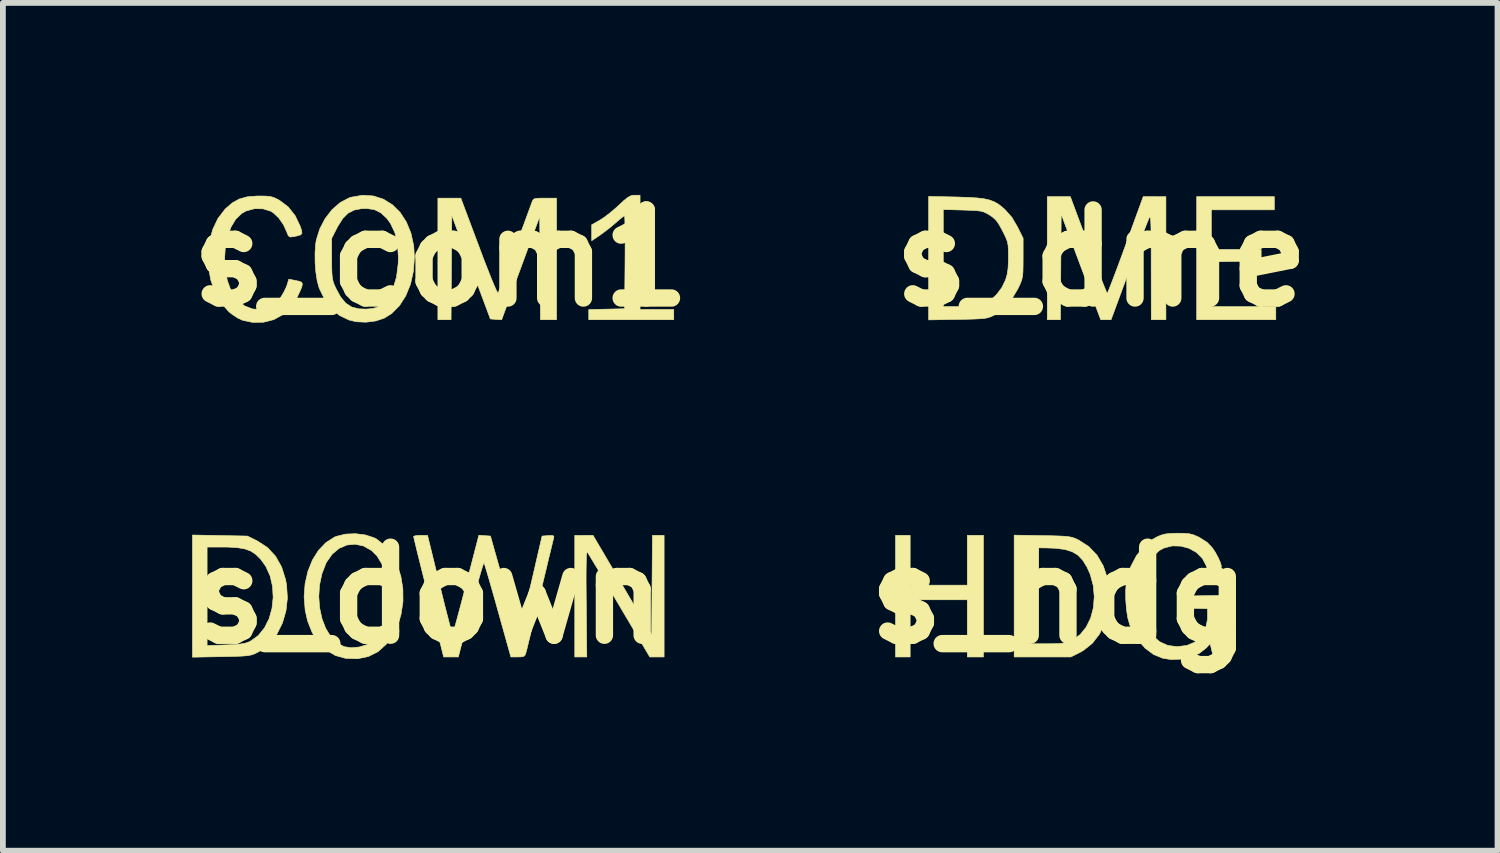
<source format=kicad_pcb>
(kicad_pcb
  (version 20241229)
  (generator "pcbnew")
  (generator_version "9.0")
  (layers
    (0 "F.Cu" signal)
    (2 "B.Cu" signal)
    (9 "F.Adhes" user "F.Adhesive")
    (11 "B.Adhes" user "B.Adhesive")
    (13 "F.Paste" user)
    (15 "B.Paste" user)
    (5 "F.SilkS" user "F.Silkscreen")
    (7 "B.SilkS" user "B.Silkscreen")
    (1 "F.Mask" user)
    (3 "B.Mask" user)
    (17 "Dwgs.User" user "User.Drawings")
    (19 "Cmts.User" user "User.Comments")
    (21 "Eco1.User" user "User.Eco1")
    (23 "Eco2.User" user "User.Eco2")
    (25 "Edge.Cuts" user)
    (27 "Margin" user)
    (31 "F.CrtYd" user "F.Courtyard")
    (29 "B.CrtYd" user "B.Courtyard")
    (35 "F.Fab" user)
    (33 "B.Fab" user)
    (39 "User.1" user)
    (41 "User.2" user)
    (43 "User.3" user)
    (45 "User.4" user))
  (footprint "s_com1"
    (layer "F.Cu")
    (at 4.579 1.418)
    (property "Reference" "s_com1" (at 0 0 0) (layer "F.SilkS") (effects (font (size 1.524 1.524) (thickness 0.3))))
    (attr through_hole)
    (fp_poly (pts (xy 3.448 0.887) (xy 4.031 0.887) (xy 4.031 1.065) (xy 2.56 1.065) (xy 2.56 0.889) (xy 2.871 0.882) (xy 3.181 0.875) (xy 3.188 0.07) (xy 3.189 -0.126) (xy 3.189 -0.305) (xy 3.189 -0.461) (xy 3.187 -0.587) (xy 3.184 -0.678) (xy 3.181 -0.728) (xy 3.179 -0.735) (xy 3.154 -0.719) (xy 3.102 -0.678) (xy 3.035 -0.62) (xy 3.033 -0.618) (xy 2.937 -0.537) (xy 2.827 -0.452) (xy 2.757 -0.401) (xy 2.611 -0.302) (xy 2.611 -0.578) (xy 2.751 -0.657) (xy 2.833 -0.711) (xy 2.933 -0.788) (xy 3.035 -0.875) (xy 3.077 -0.913) (xy 3.166 -0.996) (xy 3.231 -1.048) (xy 3.281 -1.077) (xy 3.327 -1.089) (xy 3.355 -1.09) (xy 3.448 -1.09) (xy 3.448 0.887)) (stroke (width 0.01) (type solid)) (fill yes) (layer "F.SilkS"))
    (fp_poly (pts (xy 0.66 -0.202) (xy 0.738 0.007) (xy 0.81 0.191) (xy 0.871 0.346) (xy 0.922 0.469) (xy 0.96 0.554) (xy 0.984 0.598) (xy 0.991 0.603) (xy 1.003 0.574) (xy 1.03 0.504) (xy 1.07 0.4) (xy 1.119 0.267) (xy 1.177 0.114) (xy 1.239 -0.054) (xy 1.305 -0.23) (xy 1.37 -0.407) (xy 1.434 -0.578) (xy 1.492 -0.738) (xy 1.544 -0.879) (xy 1.577 -0.97) (xy 1.592 -1.004) (xy 1.613 -1.025) (xy 1.653 -1.035) (xy 1.724 -1.039) (xy 1.802 -1.039) (xy 2.003 -1.039) (xy 2.003 1.065) (xy 1.724 1.065) (xy 1.718 0.172) (xy 1.711 -0.721) (xy 1.382 0.173) (xy 1.052 1.066) (xy 0.857 1.052) (xy 0.523 0.156) (xy 0.19 -0.739) (xy 0.183 0.163) (xy 0.177 1.065) (xy -0.051 1.065) (xy -0.051 -1.039) (xy 0.346 -1.039) (xy 0.66 -0.202)) (stroke (width 0.01) (type solid)) (fill yes) (layer "F.SilkS"))
    (fp_poly (pts (xy -3.042 -1.075) (xy -2.962 -1.069) (xy -2.899 -1.053) (xy -2.835 -1.024) (xy -2.788 -0.998) (xy -2.64 -0.886) (xy -2.52 -0.734) (xy -2.434 -0.553) (xy -2.408 -0.475) (xy -2.404 -0.428) (xy -2.43 -0.402) (xy -2.494 -0.384) (xy -2.552 -0.372) (xy -2.608 -0.367) (xy -2.639 -0.387) (xy -2.661 -0.441) (xy -2.721 -0.575) (xy -2.804 -0.695) (xy -2.899 -0.785) (xy -2.944 -0.813) (xy -3.08 -0.855) (xy -3.227 -0.856) (xy -3.37 -0.817) (xy -3.446 -0.774) (xy -3.551 -0.673) (xy -3.633 -0.534) (xy -3.693 -0.368) (xy -3.73 -0.184) (xy -3.742 0.01) (xy -3.731 0.204) (xy -3.694 0.389) (xy -3.633 0.557) (xy -3.546 0.697) (xy -3.516 0.732) (xy -3.394 0.827) (xy -3.259 0.879) (xy -3.119 0.888) (xy -2.983 0.854) (xy -2.861 0.779) (xy -2.761 0.664) (xy -2.712 0.578) (xy -2.671 0.491) (xy -2.658 0.454) (xy -2.631 0.363) (xy -2.506 0.388) (xy -2.445 0.401) (xy -2.408 0.419) (xy -2.396 0.448) (xy -2.407 0.499) (xy -2.441 0.58) (xy -2.487 0.677) (xy -2.593 0.844) (xy -2.729 0.974) (xy -2.89 1.063) (xy -3.07 1.109) (xy -3.263 1.11) (xy -3.426 1.076) (xy -3.517 1.035) (xy -3.616 0.969) (xy -3.668 0.927) (xy -3.804 0.773) (xy -3.908 0.589) (xy -3.98 0.382) (xy -4.021 0.161) (xy -4.029 -0.064) (xy -4.005 -0.286) (xy -3.948 -0.496) (xy -3.858 -0.686) (xy -3.735 -0.847) (xy -3.728 -0.854) (xy -3.609 -0.957) (xy -3.486 -1.025) (xy -3.346 -1.063) (xy -3.174 -1.076) (xy -3.156 -1.076) (xy -3.042 -1.075)) (stroke (width 0.01) (type solid)) (fill yes) (layer "F.SilkS"))
    (fp_poly (pts (xy -1.167 -1.077) (xy -0.994 -1.021) (xy -0.839 -0.925) (xy -0.705 -0.793) (xy -0.597 -0.627) (xy -0.517 -0.433) (xy -0.469 -0.212) (xy -0.457 -0.014) (xy -0.475 0.228) (xy -0.526 0.453) (xy -0.608 0.653) (xy -0.717 0.823) (xy -0.85 0.957) (xy -0.982 1.039) (xy -1.129 1.087) (xy -1.298 1.108) (xy -1.465 1.1) (xy -1.589 1.07) (xy -1.752 0.992) (xy -1.887 0.881) (xy -2 0.733) (xy -2.094 0.542) (xy -2.108 0.508) (xy -2.14 0.391) (xy -2.163 0.241) (xy -2.176 0.074) (xy -2.177 -0.093) (xy -2.167 -0.243) (xy -2.156 -0.31) (xy -2.146 -0.344) (xy -1.889 -0.344) (xy -1.889 0.012) (xy -1.888 0.155) (xy -1.885 0.26) (xy -1.878 0.336) (xy -1.866 0.397) (xy -1.847 0.453) (xy -1.819 0.516) (xy -1.817 0.52) (xy -1.734 0.672) (xy -1.645 0.779) (xy -1.541 0.846) (xy -1.416 0.877) (xy -1.29 0.881) (xy -1.186 0.872) (xy -1.113 0.853) (xy -1.049 0.817) (xy -1.031 0.803) (xy -0.915 0.683) (xy -0.827 0.524) (xy -0.767 0.327) (xy -0.738 0.096) (xy -0.735 -0.015) (xy -0.75 -0.247) (xy -0.795 -0.441) (xy -0.872 -0.603) (xy -0.938 -0.692) (xy -1.039 -0.785) (xy -1.148 -0.84) (xy -1.278 -0.859) (xy -1.371 -0.857) (xy -1.5 -0.833) (xy -1.606 -0.778) (xy -1.698 -0.686) (xy -1.784 -0.55) (xy -1.8 -0.519) (xy -1.889 -0.344) (xy -2.146 -0.344) (xy -2.096 -0.505) (xy -2.003 -0.684) (xy -1.884 -0.838) (xy -1.745 -0.96) (xy -1.593 -1.041) (xy -1.553 -1.055) (xy -1.355 -1.089) (xy -1.167 -1.077)) (stroke (width 0.01) (type solid)) (fill yes) (layer "F.SilkS")))
  (footprint "s_dme"
    (layer "F.Cu")
    (at 16.012 1.418)
    (property "Reference" "s_dme" (at 0 0 0) (layer "F.SilkS") (effects (font (size 1.524 1.524) (thickness 0.3))))
    (attr through_hole)
    (fp_poly (pts (xy 2.991 -0.837) (xy 1.901 -0.837) (xy 1.901 -0.152) (xy 2.763 -0.152) (xy 2.763 0.049) (xy 1.914 0.063) (xy 1.907 0.45) (xy 1.9 0.837) (xy 3.017 0.837) (xy 3.017 1.065) (xy 1.648 1.065) (xy 1.648 -1.065) (xy 2.991 -1.065) (xy 2.991 -0.837)) (stroke (width 0.01) (type solid)) (fill yes) (layer "F.SilkS"))
    (fp_poly (pts (xy -0.227 -0.228) (xy -0.155 -0.034) (xy -0.087 0.144) (xy -0.027 0.301) (xy 0.024 0.431) (xy 0.064 0.529) (xy 0.089 0.59) (xy 0.099 0.608) (xy 0.111 0.585) (xy 0.138 0.52) (xy 0.178 0.417) (xy 0.229 0.284) (xy 0.289 0.124) (xy 0.356 -0.057) (xy 0.418 -0.228) (xy 0.722 -1.064) (xy 0.919 -1.064) (xy 1.115 -1.065) (xy 1.115 1.065) (xy 0.862 1.065) (xy 0.86 0.146) (xy 0.86 -0.094) (xy 0.859 -0.287) (xy 0.858 -0.438) (xy 0.856 -0.551) (xy 0.853 -0.63) (xy 0.849 -0.681) (xy 0.844 -0.707) (xy 0.836 -0.712) (xy 0.828 -0.7) (xy 0.816 -0.677) (xy 0.814 -0.672) (xy 0.795 -0.624) (xy 0.76 -0.535) (xy 0.713 -0.412) (xy 0.656 -0.259) (xy 0.591 -0.085) (xy 0.52 0.105) (xy 0.468 0.247) (xy 0.166 1.065) (xy -0.013 1.065) (xy -0.697 -0.762) (xy -0.704 0.151) (xy -0.71 1.065) (xy -0.938 1.065) (xy -0.938 -1.065) (xy -0.539 -1.065) (xy -0.227 -0.228)) (stroke (width 0.01) (type solid)) (fill yes) (layer "F.SilkS"))
    (fp_poly (pts (xy -2.516 -1.059) (xy -2.315 -1.052) (xy -2.157 -1.043) (xy -2.032 -1.028) (xy -1.933 -1.005) (xy -1.85 -0.973) (xy -1.776 -0.929) (xy -1.703 -0.87) (xy -1.674 -0.845) (xy -1.551 -0.707) (xy -1.452 -0.538) (xy -1.356 -0.345) (xy -1.356 -0.001) (xy -1.357 0.137) (xy -1.359 0.237) (xy -1.366 0.312) (xy -1.379 0.372) (xy -1.401 0.432) (xy -1.433 0.502) (xy -1.448 0.532) (xy -1.561 0.722) (xy -1.7 0.876) (xy -1.857 0.986) (xy -1.875 0.995) (xy -1.919 1.015) (xy -1.964 1.03) (xy -2.019 1.041) (xy -2.093 1.048) (xy -2.193 1.053) (xy -2.328 1.057) (xy -2.491 1.06) (xy -2.991 1.068) (xy -2.991 0.837) (xy -2.738 0.837) (xy -2.451 0.837) (xy -2.268 0.832) (xy -2.13 0.817) (xy -2.045 0.796) (xy -1.929 0.734) (xy -1.818 0.633) (xy -1.723 0.507) (xy -1.661 0.378) (xy -1.633 0.285) (xy -1.617 0.18) (xy -1.61 0.047) (xy -1.61 -0.016) (xy -1.611 -0.135) (xy -1.616 -0.22) (xy -1.629 -0.288) (xy -1.655 -0.356) (xy -1.696 -0.441) (xy -1.711 -0.471) (xy -1.769 -0.577) (xy -1.819 -0.65) (xy -1.874 -0.703) (xy -1.937 -0.747) (xy -1.99 -0.778) (xy -2.038 -0.8) (xy -2.091 -0.814) (xy -2.161 -0.823) (xy -2.259 -0.828) (xy -2.396 -0.833) (xy -2.4 -0.833) (xy -2.738 -0.842) (xy -2.738 0.837) (xy -2.991 0.837) (xy -2.991 -1.069) (xy -2.516 -1.059)) (stroke (width 0.01) (type solid)) (fill yes) (layer "F.SilkS")))
  (footprint "s_hdg"
    (layer "F.Cu")
    (at 15.287 7.254)
    (property "Reference" "s_hdg" (at 0 0 0) (layer "F.SilkS") (effects (font (size 1.524 1.524) (thickness 0.3))))
    (attr through_hole)
    (fp_poly (pts (xy -2.586 -0.177) (xy -1.597 -0.177) (xy -1.597 -1.039) (xy -1.318 -1.039) (xy -1.318 1.065) (xy -1.597 1.065) (xy -1.597 0.076) (xy -2.586 0.076) (xy -2.586 1.065) (xy -2.839 1.065) (xy -2.839 -1.039) (xy -2.586 -1.039) (xy -2.586 -0.177)) (stroke (width 0.01) (type solid)) (fill yes) (layer "F.SilkS"))
    (fp_poly (pts (xy -0.298 -1.035) (xy -0.128 -1.032) (xy -0.000414 -1.028) (xy 0.094 -1.023) (xy 0.164 -1.015) (xy 0.218 -1.004) (xy 0.266 -0.988) (xy 0.314 -0.966) (xy 0.333 -0.956) (xy 0.507 -0.844) (xy 0.649 -0.694) (xy 0.756 -0.511) (xy 0.827 -0.3) (xy 0.859 -0.063) (xy 0.861 0.013) (xy 0.842 0.254) (xy 0.784 0.474) (xy 0.692 0.667) (xy 0.568 0.828) (xy 0.413 0.952) (xy 0.351 0.987) (xy 0.195 1.065) (xy -0.786 1.065) (xy -0.786 0.837) (xy -0.533 0.837) (xy -0.221 0.837) (xy -0.086 0.836) (xy 0.011 0.832) (xy 0.082 0.823) (xy 0.14 0.807) (xy 0.197 0.783) (xy 0.224 0.771) (xy 0.356 0.678) (xy 0.461 0.548) (xy 0.538 0.391) (xy 0.585 0.213) (xy 0.6 0.022) (xy 0.582 -0.173) (xy 0.53 -0.366) (xy 0.474 -0.49) (xy 0.402 -0.607) (xy 0.319 -0.695) (xy 0.218 -0.756) (xy 0.091 -0.795) (xy -0.07 -0.816) (xy -0.241 -0.822) (xy -0.52 -0.824) (xy -0.526 0.006) (xy -0.533 0.837) (xy -0.786 0.837) (xy -0.786 -1.043) (xy -0.298 -1.035)) (stroke (width 0.01) (type solid)) (fill yes) (layer "F.SilkS"))
    (fp_poly (pts (xy 2.158 -1.075) (xy 2.244 -1.067) (xy 2.315 -1.049) (xy 2.389 -1.018) (xy 2.416 -1.005) (xy 2.553 -0.918) (xy 2.641 -0.827) (xy 2.698 -0.741) (xy 2.747 -0.65) (xy 2.783 -0.568) (xy 2.8 -0.507) (xy 2.796 -0.479) (xy 2.76 -0.463) (xy 2.695 -0.446) (xy 2.671 -0.442) (xy 2.604 -0.434) (xy 2.569 -0.445) (xy 2.547 -0.486) (xy 2.535 -0.52) (xy 2.469 -0.645) (xy 2.367 -0.744) (xy 2.24 -0.815) (xy 2.098 -0.853) (xy 1.951 -0.857) (xy 1.809 -0.821) (xy 1.726 -0.778) (xy 1.624 -0.682) (xy 1.54 -0.546) (xy 1.478 -0.38) (xy 1.438 -0.192) (xy 1.423 0.011) (xy 1.435 0.218) (xy 1.46 0.356) (xy 1.522 0.545) (xy 1.612 0.694) (xy 1.73 0.801) (xy 1.873 0.866) (xy 2.033 0.887) (xy 2.204 0.866) (xy 2.345 0.806) (xy 2.454 0.709) (xy 2.526 0.578) (xy 2.559 0.417) (xy 2.56 0.365) (xy 2.56 0.23) (xy 2.3 0.223) (xy 2.041 0.215) (xy 2.041 0.013) (xy 2.44 0.006) (xy 2.839 -0.001) (xy 2.839 1.09) (xy 2.753 1.09) (xy 2.701 1.087) (xy 2.672 1.068) (xy 2.652 1.023) (xy 2.636 0.963) (xy 2.606 0.837) (xy 2.538 0.909) (xy 2.422 1) (xy 2.273 1.066) (xy 2.105 1.103) (xy 1.931 1.11) (xy 1.788 1.088) (xy 1.627 1.023) (xy 1.48 0.913) (xy 1.35 0.763) (xy 1.245 0.581) (xy 1.213 0.506) (xy 1.18 0.388) (xy 1.157 0.238) (xy 1.145 0.072) (xy 1.144 -0.092) (xy 1.156 -0.237) (xy 1.164 -0.281) (xy 1.229 -0.494) (xy 1.329 -0.685) (xy 1.458 -0.847) (xy 1.611 -0.971) (xy 1.686 -1.013) (xy 1.761 -1.045) (xy 1.838 -1.064) (xy 1.932 -1.073) (xy 2.041 -1.076) (xy 2.158 -1.075)) (stroke (width 0.01) (type solid)) (fill yes) (layer "F.SilkS")))
  (footprint "s_down"
    (layer "F.Cu")
    (at 4.362 7.254)
    (property "Reference" "s_down" (at 0 0 0) (layer "F.SilkS") (effects (font (size 1.524 1.524) (thickness 0.3))))
    (attr through_hole)
    (fp_poly (pts (xy 4.081 1.065) (xy 3.833 1.065) (xy 3.307 0.178) (xy 3.192 -0.016) (xy 3.085 -0.197) (xy 2.987 -0.36) (xy 2.903 -0.502) (xy 2.835 -0.615) (xy 2.785 -0.697) (xy 2.758 -0.742) (xy 2.753 -0.748) (xy 2.746 -0.745) (xy 2.74 -0.712) (xy 2.735 -0.645) (xy 2.733 -0.541) (xy 2.731 -0.397) (xy 2.731 -0.21) (xy 2.733 0.023) (xy 2.734 0.139) (xy 2.743 1.065) (xy 2.535 1.065) (xy 2.535 -1.039) (xy 2.693 -1.038) (xy 2.852 -1.038) (xy 3.359 -0.176) (xy 3.866 0.685) (xy 3.872 -0.177) (xy 3.879 -1.039) (xy 4.081 -1.039) (xy 4.081 1.065)) (stroke (width 0.01) (type solid)) (fill yes) (layer "F.SilkS"))
    (fp_poly (pts (xy -3.13 -1.027) (xy -2.958 -0.942) (xy -2.784 -0.829) (xy -2.644 -0.679) (xy -2.539 -0.493) (xy -2.469 -0.271) (xy -2.453 -0.182) (xy -2.438 0.046) (xy -2.463 0.268) (xy -2.524 0.477) (xy -2.618 0.666) (xy -2.743 0.826) (xy -2.894 0.95) (xy -2.95 0.983) (xy -2.997 1.006) (xy -3.04 1.024) (xy -3.088 1.036) (xy -3.15 1.045) (xy -3.234 1.051) (xy -3.348 1.055) (xy -3.501 1.059) (xy -3.581 1.06) (xy -4.081 1.069) (xy -4.081 -0.837) (xy -3.828 -0.837) (xy -3.828 0.868) (xy -3.505 0.857) (xy -3.36 0.851) (xy -3.256 0.842) (xy -3.179 0.83) (xy -3.119 0.811) (xy -3.076 0.791) (xy -2.942 0.694) (xy -2.835 0.562) (xy -2.755 0.403) (xy -2.705 0.225) (xy -2.685 0.037) (xy -2.695 -0.152) (xy -2.737 -0.336) (xy -2.813 -0.504) (xy -2.905 -0.631) (xy -2.986 -0.71) (xy -3.072 -0.767) (xy -3.174 -0.804) (xy -3.3 -0.826) (xy -3.462 -0.836) (xy -3.554 -0.837) (xy -3.828 -0.837) (xy -4.081 -0.837) (xy -4.081 -1.045) (xy -3.13 -1.027)) (stroke (width 0.01) (type solid)) (fill yes) (layer "F.SilkS"))
    (fp_poly (pts (xy -1.091 -1.047) (xy -0.94 -0.998) (xy -0.897 -0.976) (xy -0.753 -0.863) (xy -0.634 -0.713) (xy -0.54 -0.533) (xy -0.475 -0.331) (xy -0.44 -0.116) (xy -0.438 0.106) (xy -0.471 0.326) (xy -0.508 0.453) (xy -0.604 0.67) (xy -0.725 0.843) (xy -0.869 0.973) (xy -1.036 1.057) (xy -1.224 1.096) (xy -1.432 1.089) (xy -1.433 1.089) (xy -1.608 1.04) (xy -1.765 0.947) (xy -1.9 0.813) (xy -2.009 0.644) (xy -2.089 0.442) (xy -2.131 0.254) (xy -2.149 0.024) (xy -1.895 0.024) (xy -1.88 0.219) (xy -1.84 0.403) (xy -1.776 0.569) (xy -1.69 0.71) (xy -1.584 0.818) (xy -1.46 0.886) (xy -1.453 0.888) (xy -1.331 0.906) (xy -1.194 0.893) (xy -1.065 0.853) (xy -1.003 0.818) (xy -0.892 0.711) (xy -0.805 0.568) (xy -0.743 0.399) (xy -0.705 0.211) (xy -0.692 0.015) (xy -0.703 -0.181) (xy -0.739 -0.368) (xy -0.8 -0.538) (xy -0.886 -0.681) (xy -0.981 -0.776) (xy -1.121 -0.855) (xy -1.266 -0.886) (xy -1.409 -0.872) (xy -1.544 -0.814) (xy -1.663 -0.714) (xy -1.761 -0.575) (xy -1.772 -0.553) (xy -1.842 -0.37) (xy -1.883 -0.175) (xy -1.895 0.024) (xy -2.149 0.024) (xy -2.149 0.021) (xy -2.132 -0.205) (xy -2.083 -0.418) (xy -2.005 -0.612) (xy -1.901 -0.779) (xy -1.773 -0.913) (xy -1.625 -1.008) (xy -1.584 -1.024) (xy -1.431 -1.061) (xy -1.26 -1.068) (xy -1.091 -1.047)) (stroke (width 0.01) (type solid)) (fill yes) (layer "F.SilkS"))
    (fp_poly (pts (xy 0.975 -1.034) (xy 1.076 -1.027) (xy 1.314 -0.183) (xy 1.37 0.014) (xy 1.423 0.193) (xy 1.47 0.351) (xy 1.509 0.48) (xy 1.54 0.575) (xy 1.561 0.632) (xy 1.569 0.646) (xy 1.578 0.618) (xy 1.597 0.547) (xy 1.625 0.439) (xy 1.659 0.298) (xy 1.699 0.131) (xy 1.743 -0.055) (xy 1.777 -0.198) (xy 1.969 -1.027) (xy 2.077 -1.035) (xy 2.144 -1.037) (xy 2.172 -1.027) (xy 2.172 -1.001) (xy 2.171 -0.997) (xy 2.162 -0.962) (xy 2.143 -0.884) (xy 2.115 -0.768) (xy 2.079 -0.621) (xy 2.038 -0.447) (xy 1.991 -0.253) (xy 1.941 -0.044) (xy 1.94 -0.038) (xy 1.889 0.173) (xy 1.841 0.373) (xy 1.798 0.554) (xy 1.76 0.71) (xy 1.729 0.836) (xy 1.708 0.924) (xy 1.696 0.97) (xy 1.678 1.027) (xy 1.654 1.055) (xy 1.606 1.064) (xy 1.55 1.065) (xy 1.429 1.065) (xy 1.204 0.26) (xy 1.15 0.066) (xy 1.099 -0.112) (xy 1.054 -0.269) (xy 1.016 -0.398) (xy 0.987 -0.494) (xy 0.969 -0.551) (xy 0.964 -0.564) (xy 0.954 -0.545) (xy 0.933 -0.482) (xy 0.903 -0.382) (xy 0.865 -0.248) (xy 0.821 -0.088) (xy 0.772 0.094) (xy 0.734 0.241) (xy 0.52 1.065) (xy 0.393 1.065) (xy 0.266 1.065) (xy 0.005 0.032) (xy -0.05 -0.189) (xy -0.102 -0.395) (xy -0.148 -0.58) (xy -0.188 -0.739) (xy -0.219 -0.868) (xy -0.241 -0.96) (xy -0.253 -1.012) (xy -0.255 -1.02) (xy -0.231 -1.031) (xy -0.173 -1.038) (xy -0.133 -1.039) (xy -0.013 -1.039) (xy 0.189 -0.214) (xy 0.238 -0.017) (xy 0.283 0.166) (xy 0.324 0.326) (xy 0.359 0.46) (xy 0.385 0.56) (xy 0.403 0.622) (xy 0.408 0.638) (xy 0.415 0.644) (xy 0.422 0.64) (xy 0.432 0.622) (xy 0.446 0.585) (xy 0.464 0.525) (xy 0.489 0.437) (xy 0.521 0.318) (xy 0.562 0.164) (xy 0.613 -0.031) (xy 0.675 -0.269) (xy 0.686 -0.312) (xy 0.875 -1.041) (xy 0.975 -1.034)) (stroke (width 0.01) (type solid)) (fill yes) (layer "F.SilkS")))
  (gr_rect
    (start -3 -3)
    (end 22.866 11.672)
    (stroke (width 0.1) (type default))
    (fill no)
    (layer "Edge.Cuts")))
</source>
